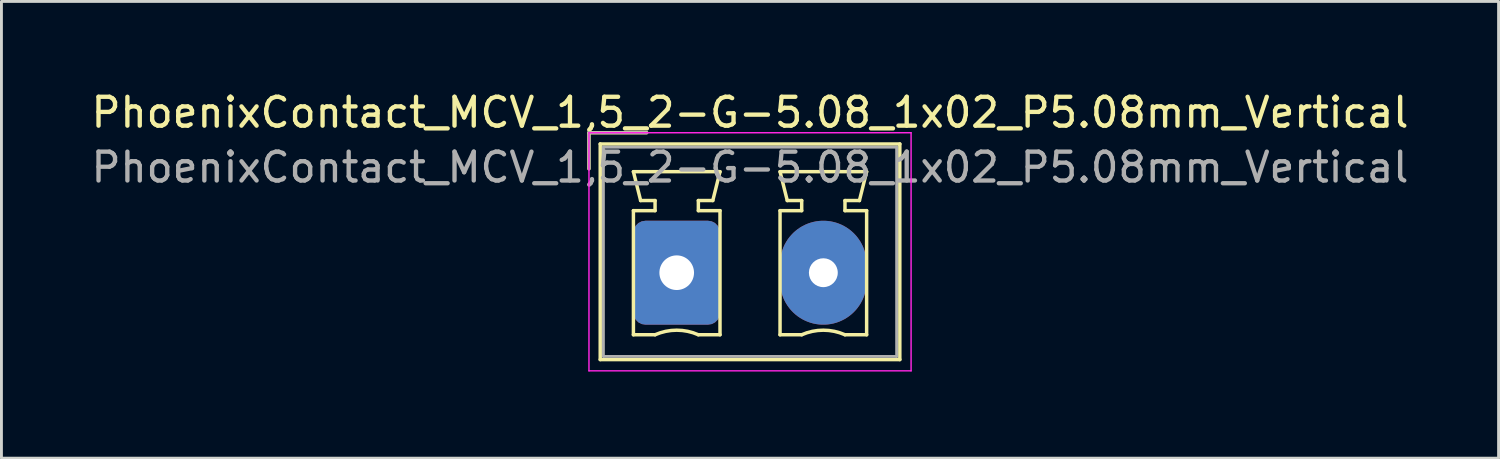
<source format=kicad_pcb>
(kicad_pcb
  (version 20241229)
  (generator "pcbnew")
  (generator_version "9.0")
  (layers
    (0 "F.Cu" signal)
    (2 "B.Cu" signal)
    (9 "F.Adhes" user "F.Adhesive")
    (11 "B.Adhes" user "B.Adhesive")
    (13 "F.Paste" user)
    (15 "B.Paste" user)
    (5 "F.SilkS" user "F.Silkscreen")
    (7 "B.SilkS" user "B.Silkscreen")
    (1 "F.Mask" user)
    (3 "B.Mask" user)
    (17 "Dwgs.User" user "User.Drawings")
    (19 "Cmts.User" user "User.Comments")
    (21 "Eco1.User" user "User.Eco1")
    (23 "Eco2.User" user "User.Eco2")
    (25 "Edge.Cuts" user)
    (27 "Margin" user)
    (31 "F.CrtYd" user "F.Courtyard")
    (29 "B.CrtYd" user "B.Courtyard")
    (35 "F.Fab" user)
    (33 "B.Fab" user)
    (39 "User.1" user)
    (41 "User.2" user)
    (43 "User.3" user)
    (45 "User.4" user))
  (footprint "PhoenixContact_MCV_1,5_2-G-5.08_1x02_P5.08mm_Vertical"
    (layer "F.Cu")
    (at 20.395 6.398)
    (property "Reference" "PhoenixContact_MCV_1,5_2-G-5.08_1x02_P5.08mm_Vertical" (at 2.54 -5.55 0) (layer "F.SilkS") (effects (font (size 1 1) (thickness 0.15))))
    (attr through_hole)
    (fp_line (start -3.04 -4.85) (end -1.04 -4.85) (stroke (width 0.12) (type solid)) (layer "F.SilkS"))
    (fp_line (start -3.04 -3.6) (end -3.04 -4.85) (stroke (width 0.12) (type solid)) (layer "F.SilkS"))
    (fp_line (start -2.65 -4.46) (end -2.65 3.01) (stroke (width 0.12) (type solid)) (layer "F.SilkS"))
    (fp_line (start -2.65 3.01) (end 7.73 3.01) (stroke (width 0.12) (type solid)) (layer "F.SilkS"))
    (fp_line (start -1.5 -3.5) (end 1.5 -3.5) (stroke (width 0.12) (type solid)) (layer "F.SilkS"))
    (fp_line (start -1.5 -2.15) (end -0.75 -2.15) (stroke (width 0.12) (type solid)) (layer "F.SilkS"))
    (fp_line (start -1.5 2.15) (end -1.5 -2.15) (stroke (width 0.12) (type solid)) (layer "F.SilkS"))
    (fp_line (start -1.25 -2.5) (end -1.5 -3.5) (stroke (width 0.12) (type solid)) (layer "F.SilkS"))
    (fp_line (start -0.75 -2.5) (end -1.25 -2.5) (stroke (width 0.12) (type solid)) (layer "F.SilkS"))
    (fp_line (start -0.75 -2.15) (end -0.75 -2.5) (stroke (width 0.12) (type solid)) (layer "F.SilkS"))
    (fp_line (start -0.75 2.15) (end -1.5 2.15) (stroke (width 0.12) (type solid)) (layer "F.SilkS"))
    (fp_line (start 0.75 -2.5) (end 0.75 -2.15) (stroke (width 0.12) (type solid)) (layer "F.SilkS"))
    (fp_line (start 0.75 -2.15) (end 1.5 -2.15) (stroke (width 0.12) (type solid)) (layer "F.SilkS"))
    (fp_line (start 1.25 -2.5) (end 0.75 -2.5) (stroke (width 0.12) (type solid)) (layer "F.SilkS"))
    (fp_line (start 1.5 -3.5) (end 1.25 -2.5) (stroke (width 0.12) (type solid)) (layer "F.SilkS"))
    (fp_line (start 1.5 -2.15) (end 1.5 2.15) (stroke (width 0.12) (type solid)) (layer "F.SilkS"))
    (fp_line (start 1.5 2.15) (end 0.75 2.15) (stroke (width 0.12) (type solid)) (layer "F.SilkS"))
    (fp_line (start 3.58 -3.5) (end 6.58 -3.5) (stroke (width 0.12) (type solid)) (layer "F.SilkS"))
    (fp_line (start 3.58 -2.15) (end 4.33 -2.15) (stroke (width 0.12) (type solid)) (layer "F.SilkS"))
    (fp_line (start 3.58 2.15) (end 3.58 -2.15) (stroke (width 0.12) (type solid)) (layer "F.SilkS"))
    (fp_line (start 3.83 -2.5) (end 3.58 -3.5) (stroke (width 0.12) (type solid)) (layer "F.SilkS"))
    (fp_line (start 4.33 -2.5) (end 3.83 -2.5) (stroke (width 0.12) (type solid)) (layer "F.SilkS"))
    (fp_line (start 4.33 -2.15) (end 4.33 -2.5) (stroke (width 0.12) (type solid)) (layer "F.SilkS"))
    (fp_line (start 4.33 2.15) (end 3.58 2.15) (stroke (width 0.12) (type solid)) (layer "F.SilkS"))
    (fp_line (start 5.83 -2.5) (end 5.83 -2.15) (stroke (width 0.12) (type solid)) (layer "F.SilkS"))
    (fp_line (start 5.83 -2.15) (end 6.58 -2.15) (stroke (width 0.12) (type solid)) (layer "F.SilkS"))
    (fp_line (start 6.33 -2.5) (end 5.83 -2.5) (stroke (width 0.12) (type solid)) (layer "F.SilkS"))
    (fp_line (start 6.58 -3.5) (end 6.33 -2.5) (stroke (width 0.12) (type solid)) (layer "F.SilkS"))
    (fp_line (start 6.58 -2.15) (end 6.58 2.15) (stroke (width 0.12) (type solid)) (layer "F.SilkS"))
    (fp_line (start 6.58 2.15) (end 5.83 2.15) (stroke (width 0.12) (type solid)) (layer "F.SilkS"))
    (fp_line (start 7.73 -4.46) (end -2.65 -4.46) (stroke (width 0.12) (type solid)) (layer "F.SilkS"))
    (fp_line (start 7.73 3.01) (end 7.73 -4.46) (stroke (width 0.12) (type solid)) (layer "F.SilkS"))
    (fp_arc (start -0.75 2.15) (mid -0.000193 1.99191) (end 0.749647 2.149844) (stroke (width 0.12) (type solid)) (layer "F.SilkS"))
    (fp_arc (start 4.33 2.15) (mid 5.079807 1.99191) (end 5.829647 2.149844) (stroke (width 0.12) (type solid)) (layer "F.SilkS"))
    (fp_line (start -3.04 -4.85) (end -3.04 3.4) (stroke (width 0.05) (type solid)) (layer "F.CrtYd"))
    (fp_line (start -3.04 3.4) (end 8.12 3.4) (stroke (width 0.05) (type solid)) (layer "F.CrtYd"))
    (fp_line (start 8.12 -4.85) (end -3.04 -4.85) (stroke (width 0.05) (type solid)) (layer "F.CrtYd"))
    (fp_line (start 8.12 3.4) (end 8.12 -4.85) (stroke (width 0.05) (type solid)) (layer "F.CrtYd"))
    (fp_line (start -3.04 -4.85) (end -1.04 -4.85) (stroke (width 0.1) (type solid)) (layer "F.Fab"))
    (fp_line (start -3.04 -3.6) (end -3.04 -4.85) (stroke (width 0.1) (type solid)) (layer "F.Fab"))
    (fp_line (start -2.54 -4.35) (end -2.54 2.9) (stroke (width 0.1) (type solid)) (layer "F.Fab"))
    (fp_line (start -2.54 2.9) (end 7.62 2.9) (stroke (width 0.1) (type solid)) (layer "F.Fab"))
    (fp_line (start 7.62 -4.35) (end -2.54 -4.35) (stroke (width 0.1) (type solid)) (layer "F.Fab"))
    (fp_line (start 7.62 2.9) (end 7.62 -4.35) (stroke (width 0.1) (type solid)) (layer "F.Fab"))
    (fp_text user "${REFERENCE}" (at 2.54 -3.65 0) (layer "F.Fab") (effects (font (size 1 1) (thickness 0.15))))
    (pad "1" thru_hole roundrect (at 0 0) (size 3 3.6) (drill 1.2) (layers "*.Cu" "*.Mask") (roundrect_rratio 0.139))
    (pad "2" thru_hole oval (at 5.08 0) (size 3 3.6) (drill 1) (layers "*.Cu" "*.Mask")))
  (gr_rect
    (start -3 -3)
    (end 48.869 12.823)
    (stroke (width 0.1) (type default))
    (fill no)
    (layer "Edge.Cuts")))
</source>
